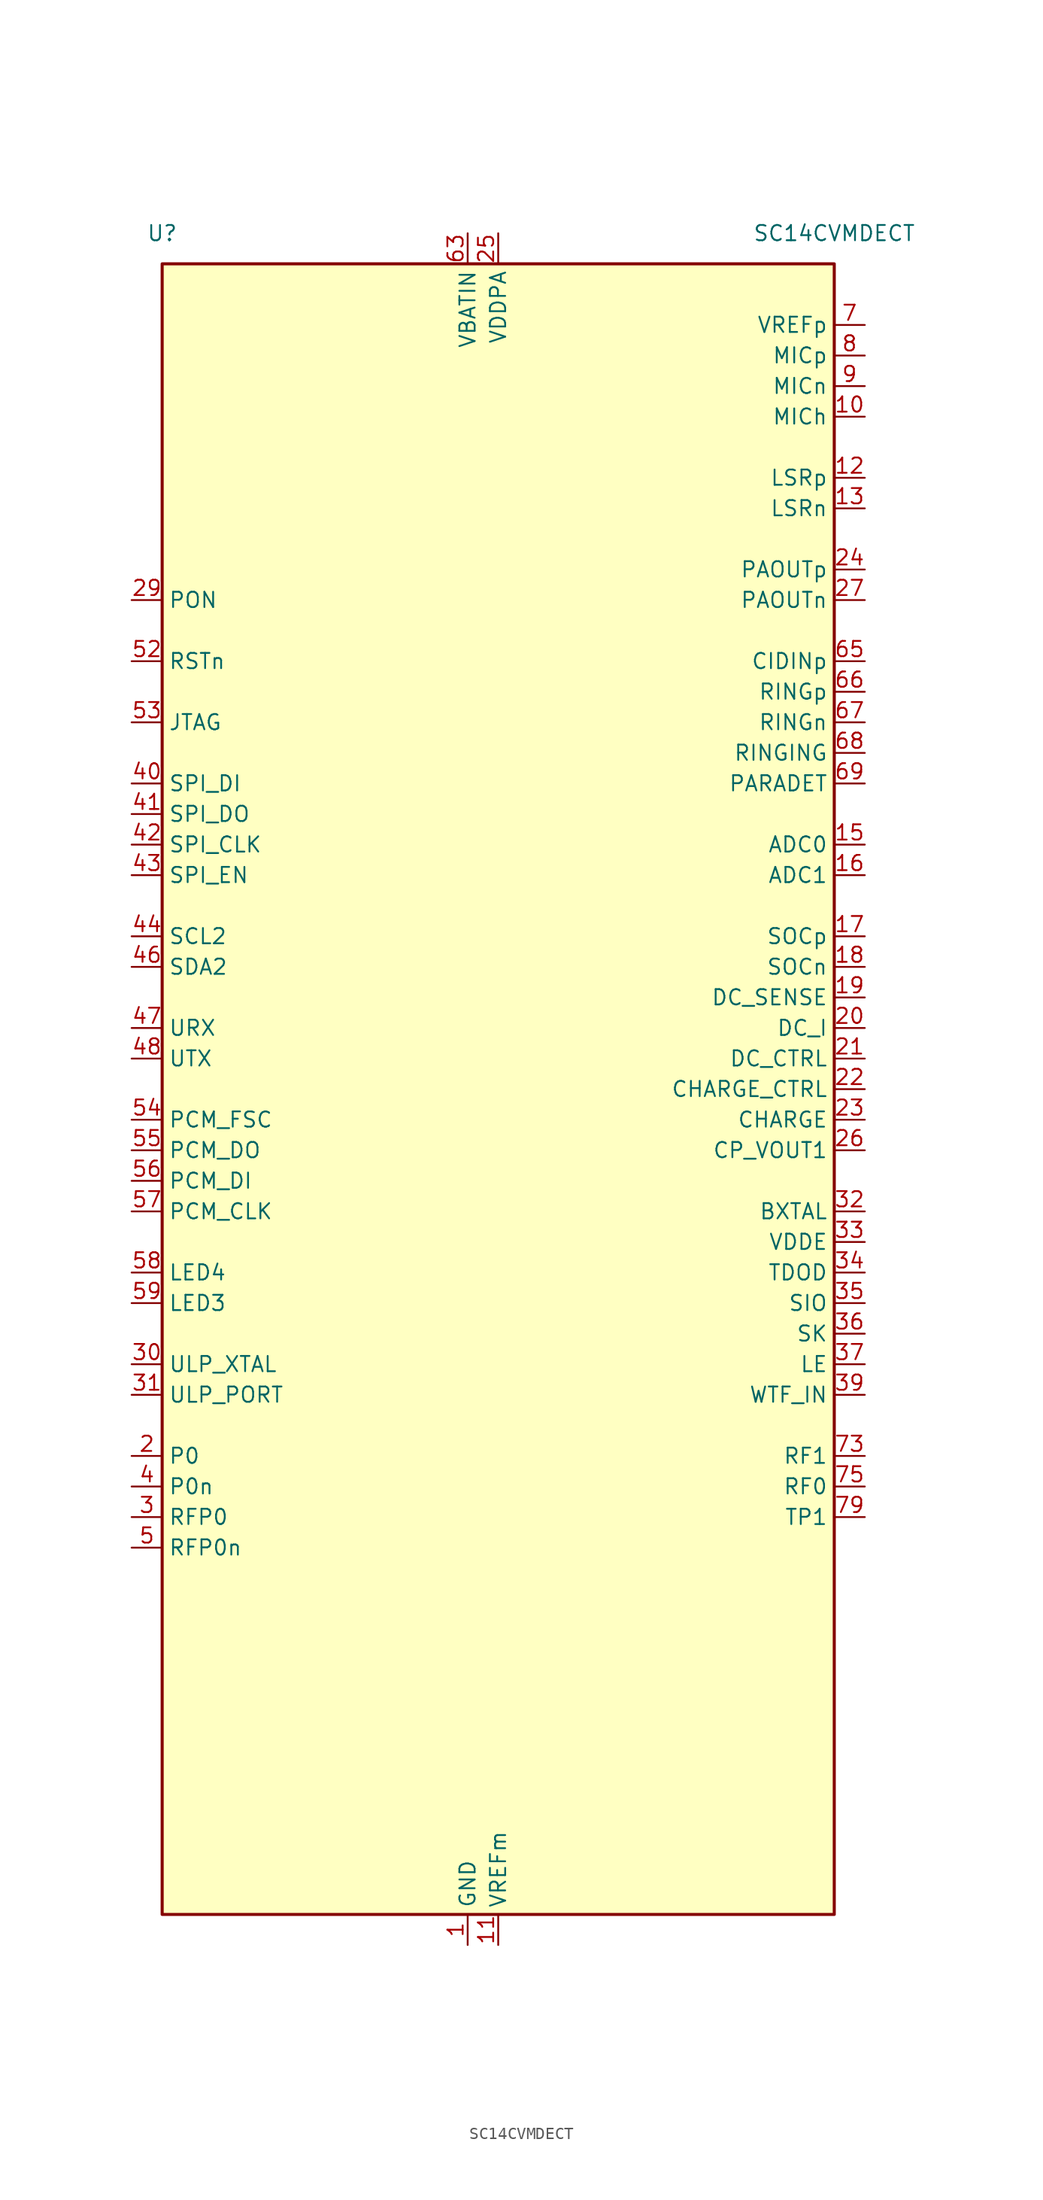
<source format=kicad_sym>
(kicad_symbol_lib
  (version 20231120)
  (generator "kicad-library-utils")
  (generator_version "8.0")
  (symbol "SC14CVMDECT"
    (property "Reference" "U"
      (at -27.94 71.12 0)
      (effects (font (size 1.27 1.27))))
    (property "Value" "SC14CVMDECT"
      (at 27.94 71.12 0)
      (effects (font (size 1.27 1.27))))
    (symbol "SC14CVMDECT_0_0"
      (rectangle (start 27.94 68.58) (end -27.94 -68.58) (stroke (width 0.254) (type default)) (fill (type background)))
      (pin power_in line (at -2.54 -71.12 90) (length 2.54) (name "GND" (effects (font (size 1.27 1.27)))) (number "1" (effects (font (size 1.27 1.27)))))
      (pin input line (at 30.48 55.88 180) (length 2.54) (name "MICh" (effects (font (size 1.27 1.27)))) (number "10" (effects (font (size 1.27 1.27)))) (alternate "LINEIN" input line))
      (pin power_out line (at 0 -71.12 90) (length 2.54) (name "VREFm" (effects (font (size 1.27 1.27)))) (number "11" (effects (font (size 1.27 1.27)))))
      (pin output line (at 30.48 50.8 180) (length 2.54) (name "LSRp" (effects (font (size 1.27 1.27)))) (number "12" (effects (font (size 1.27 1.27)))) (alternate "LINEOUT" output line) (alternate "AGND" output line))
      (pin output line (at 30.48 48.26 180) (length 2.54) (name "LSRn" (effects (font (size 1.27 1.27)))) (number "13" (effects (font (size 1.27 1.27)))) (alternate "LINEOUT" output line) (alternate "AGND" output line))
      (pin passive line (at -2.54 -71.12 90) (length 2.54) hide (name "GND" (effects (font (size 1.27 1.27)))) (number "14" (effects (font (size 1.27 1.27)))))
      (pin bidirectional line (at 30.48 20.32 180) (length 2.54) (name "ADC0" (effects (font (size 1.27 1.27)))) (number "15" (effects (font (size 1.27 1.27)))) (alternate "P3[3]" bidirectional line))
      (pin bidirectional line (at 30.48 17.78 180) (length 2.54) (name "ADC1" (effects (font (size 1.27 1.27)))) (number "16" (effects (font (size 1.27 1.27)))) (alternate "INT0" bidirectional line) (alternate "P1[0]" bidirectional line))
      (pin input line (at 30.48 12.7 180) (length 2.54) (name "SOCp" (effects (font (size 1.27 1.27)))) (number "17" (effects (font (size 1.27 1.27)))))
      (pin input line (at 30.48 10.16 180) (length 2.54) (name "SOCn" (effects (font (size 1.27 1.27)))) (number "18" (effects (font (size 1.27 1.27)))))
      (pin input line (at 30.48 7.62 180) (length 2.54) (name "DC_SENSE" (effects (font (size 1.27 1.27)))) (number "19" (effects (font (size 1.27 1.27)))))
      (pin output line (at -30.48 -30.48 0) (length 2.54) (name "P0" (effects (font (size 1.27 1.27)))) (number "2" (effects (font (size 1.27 1.27)))))
      (pin input line (at 30.48 5.08 180) (length 2.54) (name "DC_I" (effects (font (size 1.27 1.27)))) (number "20" (effects (font (size 1.27 1.27)))))
      (pin output line (at 30.48 2.54 180) (length 2.54) (name "DC_CTRL" (effects (font (size 1.27 1.27)))) (number "21" (effects (font (size 1.27 1.27)))))
      (pin output line (at 30.48 0 180) (length 2.54) (name "CHARGE_CTRL" (effects (font (size 1.27 1.27)))) (number "22" (effects (font (size 1.27 1.27)))))
      (pin input line (at 30.48 -2.54 180) (length 2.54) (name "CHARGE" (effects (font (size 1.27 1.27)))) (number "23" (effects (font (size 1.27 1.27)))) (alternate "P1[7]" input line))
      (pin bidirectional line (at 30.48 43.18 180) (length 2.54) (name "PAOUTp" (effects (font (size 1.27 1.27)))) (number "24" (effects (font (size 1.27 1.27)))) (alternate "DP1" bidirectional line) (alternate "P3[1]" bidirectional line))
      (pin power_in line (at 0 71.12 270) (length 2.54) (name "VDDPA" (effects (font (size 1.27 1.27)))) (number "25" (effects (font (size 1.27 1.27)))))
      (pin output line (at 30.48 -5.08 180) (length 2.54) (name "CP_VOUT1" (effects (font (size 1.27 1.27)))) (number "26" (effects (font (size 1.27 1.27)))))
      (pin bidirectional line (at 30.48 40.64 180) (length 2.54) (name "PAOUTn" (effects (font (size 1.27 1.27)))) (number "27" (effects (font (size 1.27 1.27)))) (alternate "DP0" bidirectional line) (alternate "P3[0]" bidirectional line))
      (pin passive line (at -2.54 -71.12 90) (length 2.54) hide (name "GND" (effects (font (size 1.27 1.27)))) (number "28" (effects (font (size 1.27 1.27)))))
      (pin input line (at -30.48 40.64 0) (length 2.54) (name "PON" (effects (font (size 1.27 1.27)))) (number "29" (effects (font (size 1.27 1.27)))) (alternate "P1[6]" input line))
      (pin output line (at -30.48 -35.56 0) (length 2.54) (name "RFP0" (effects (font (size 1.27 1.27)))) (number "3" (effects (font (size 1.27 1.27)))))
      (pin input line (at -30.48 -22.86 0) (length 2.54) (name "ULP_XTAL" (effects (font (size 1.27 1.27)))) (number "30" (effects (font (size 1.27 1.27)))))
      (pin input line (at -30.48 -25.4 0) (length 2.54) (name "ULP_PORT" (effects (font (size 1.27 1.27)))) (number "31" (effects (font (size 1.27 1.27)))))
      (pin bidirectional line (at 30.48 -10.16 180) (length 2.54) (name "BXTAL" (effects (font (size 1.27 1.27)))) (number "32" (effects (font (size 1.27 1.27)))) (alternate "INT7" bidirectional line) (alternate "P2[7]" bidirectional line))
      (pin bidirectional line (at 30.48 -12.7 180) (length 2.54) (name "VDDE" (effects (font (size 1.27 1.27)))) (number "33" (effects (font (size 1.27 1.27)))) (alternate "RDI" bidirectional line) (alternate "INT5" bidirectional line) (alternate "P1[5]" bidirectional line))
      (pin bidirectional line (at 30.48 -15.24 180) (length 2.54) (name "TDOD" (effects (font (size 1.27 1.27)))) (number "34" (effects (font (size 1.27 1.27)))) (alternate "INT4" bidirectional line) (alternate "P1[4]" bidirectional line))
      (pin bidirectional line (at 30.48 -17.78 180) (length 2.54) (name "SIO" (effects (font (size 1.27 1.27)))) (number "35" (effects (font (size 1.27 1.27)))) (alternate "INT3" bidirectional line) (alternate "P1[3]" bidirectional line))
      (pin bidirectional line (at 30.48 -20.32 180) (length 2.54) (name "SK" (effects (font (size 1.27 1.27)))) (number "36" (effects (font (size 1.27 1.27)))) (alternate "INT2" bidirectional line) (alternate "P1[2]" bidirectional line))
      (pin bidirectional line (at 30.48 -22.86 180) (length 2.54) (name "LE" (effects (font (size 1.27 1.27)))) (number "37" (effects (font (size 1.27 1.27)))) (alternate "INT1" bidirectional line) (alternate "P1[1]" bidirectional line))
      (pin passive line (at -2.54 -71.12 90) (length 2.54) hide (name "GND" (effects (font (size 1.27 1.27)))) (number "38" (effects (font (size 1.27 1.27)))))
      (pin bidirectional line (at 30.48 -25.4 180) (length 2.54) (name "WTF_IN" (effects (font (size 1.27 1.27)))) (number "39" (effects (font (size 1.27 1.27)))) (alternate "P2[6]" bidirectional line))
      (pin output line (at -30.48 -33.02 0) (length 2.54) (name "P0n" (effects (font (size 1.27 1.27)))) (number "4" (effects (font (size 1.27 1.27)))))
      (pin bidirectional line (at -30.48 25.4 0) (length 2.54) (name "SPI_DI" (effects (font (size 1.27 1.27)))) (number "40" (effects (font (size 1.27 1.27)))) (alternate "PWM1" bidirectional line) (alternate "P0[7]" bidirectional line))
      (pin bidirectional line (at -30.48 22.86 0) (length 2.54) (name "SPI_DO" (effects (font (size 1.27 1.27)))) (number "41" (effects (font (size 1.27 1.27)))) (alternate "P0[6]" bidirectional line))
      (pin bidirectional line (at -30.48 20.32 0) (length 2.54) (name "SPI_CLK" (effects (font (size 1.27 1.27)))) (number "42" (effects (font (size 1.27 1.27)))) (alternate "P0[5]" bidirectional line))
      (pin bidirectional line (at -30.48 17.78 0) (length 2.54) (name "SPI_EN" (effects (font (size 1.27 1.27)))) (number "43" (effects (font (size 1.27 1.27)))) (alternate "P0[4]" bidirectional line))
      (pin bidirectional line (at -30.48 12.7 0) (length 2.54) (name "SCL2" (effects (font (size 1.27 1.27)))) (number "44" (effects (font (size 1.27 1.27)))) (alternate "URX2" bidirectional line) (alternate "P0[3]" bidirectional line))
      (pin passive line (at -2.54 -71.12 90) (length 2.54) hide (name "GND" (effects (font (size 1.27 1.27)))) (number "45" (effects (font (size 1.27 1.27)))))
      (pin bidirectional line (at -30.48 10.16 0) (length 2.54) (name "SDA2" (effects (font (size 1.27 1.27)))) (number "46" (effects (font (size 1.27 1.27)))) (alternate "UTX2" bidirectional line) (alternate "P0[2]" bidirectional line))
      (pin bidirectional line (at -30.48 5.08 0) (length 2.54) (name "URX" (effects (font (size 1.27 1.27)))) (number "47" (effects (font (size 1.27 1.27)))) (alternate "PWM0" bidirectional line) (alternate "P0[1]" bidirectional line))
      (pin output line (at -30.48 2.54 0) (length 2.54) (name "UTX" (effects (font (size 1.27 1.27)))) (number "48" (effects (font (size 1.27 1.27)))) (alternate "P0[0]" output line))
      (pin passive line (at -2.54 -71.12 90) (length 2.54) hide (name "GND" (effects (font (size 1.27 1.27)))) (number "49" (effects (font (size 1.27 1.27)))))
      (pin output line (at -30.48 -38.1 0) (length 2.54) (name "RFP0n" (effects (font (size 1.27 1.27)))) (number "5" (effects (font (size 1.27 1.27)))))
      (pin passive line (at -2.54 -71.12 90) (length 2.54) hide (name "GND" (effects (font (size 1.27 1.27)))) (number "50" (effects (font (size 1.27 1.27)))))
      (pin passive line (at -2.54 -71.12 90) (length 2.54) hide (name "GND" (effects (font (size 1.27 1.27)))) (number "51" (effects (font (size 1.27 1.27)))))
      (pin input line (at -30.48 35.56 0) (length 2.54) (name "RSTn" (effects (font (size 1.27 1.27)))) (number "52" (effects (font (size 1.27 1.27)))))
      (pin bidirectional line (at -30.48 30.48 0) (length 2.54) (name "JTAG" (effects (font (size 1.27 1.27)))) (number "53" (effects (font (size 1.27 1.27)))))
      (pin bidirectional line (at -30.48 -2.54 0) (length 2.54) (name "PCM_FSC" (effects (font (size 1.27 1.27)))) (number "54" (effects (font (size 1.27 1.27)))) (alternate "SF" bidirectional line) (alternate "P2[5]" bidirectional line))
      (pin bidirectional line (at -30.48 -5.08 0) (length 2.54) (name "PCM_DO" (effects (font (size 1.27 1.27)))) (number "55" (effects (font (size 1.27 1.27)))) (alternate "SCL1" bidirectional line) (alternate "DP3" bidirectional line) (alternate "P2[4]" bidirectional line))
      (pin bidirectional line (at -30.48 -7.62 0) (length 2.54) (name "PCM_DI" (effects (font (size 1.27 1.27)))) (number "56" (effects (font (size 1.27 1.27)))) (alternate "SDA1" bidirectional line) (alternate "DP2" bidirectional line) (alternate "P2[3]" bidirectional line))
      (pin bidirectional line (at -30.48 -10.16 0) (length 2.54) (name "PCM_CLK" (effects (font (size 1.27 1.27)))) (number "57" (effects (font (size 1.27 1.27)))) (alternate "P2[2]" bidirectional line))
      (pin bidirectional line (at -30.48 -15.24 0) (length 2.54) (name "LED4" (effects (font (size 1.27 1.27)))) (number "58" (effects (font (size 1.27 1.27)))) (alternate "PM1" bidirectional line) (alternate "P2[1]" bidirectional line))
      (pin bidirectional line (at -30.48 -17.78 0) (length 2.54) (name "LED3" (effects (font (size 1.27 1.27)))) (number "59" (effects (font (size 1.27 1.27)))) (alternate "PM0" bidirectional line) (alternate "P2[0]" bidirectional line))
      (pin passive line (at -2.54 -71.12 90) (length 2.54) hide (name "GND" (effects (font (size 1.27 1.27)))) (number "6" (effects (font (size 1.27 1.27)))))
      (pin passive line (at -2.54 -71.12 90) (length 2.54) hide (name "GND" (effects (font (size 1.27 1.27)))) (number "60" (effects (font (size 1.27 1.27)))))
      (pin no_connect line (at 27.94 -40.64 180) (length 2.54) hide (name "VDDOUT" (effects (font (size 1.27 1.27)))) (number "61" (effects (font (size 1.27 1.27)))))
      (pin no_connect line (at 27.94 -43.18 180) (length 2.54) hide (name "VBATS" (effects (font (size 1.27 1.27)))) (number "62" (effects (font (size 1.27 1.27)))))
      (pin power_in line (at -2.54 71.12 270) (length 2.54) (name "VBATIN" (effects (font (size 1.27 1.27)))) (number "63" (effects (font (size 1.27 1.27)))))
      (pin passive line (at -2.54 71.12 270) (length 2.54) hide (name "VBATIN" (effects (font (size 1.27 1.27)))) (number "64" (effects (font (size 1.27 1.27)))))
      (pin bidirectional line (at 30.48 35.56 180) (length 2.54) (name "CIDINp" (effects (font (size 1.27 1.27)))) (number "65" (effects (font (size 1.27 1.27)))) (alternate "P3[2]" bidirectional line))
      (pin bidirectional line (at 30.48 33.02 180) (length 2.54) (name "RINGp" (effects (font (size 1.27 1.27)))) (number "66" (effects (font (size 1.27 1.27)))) (alternate "P3[7]" bidirectional line))
      (pin bidirectional line (at 30.48 30.48 180) (length 2.54) (name "RINGn" (effects (font (size 1.27 1.27)))) (number "67" (effects (font (size 1.27 1.27)))) (alternate "P3[6]" bidirectional line))
      (pin bidirectional line (at 30.48 27.94 180) (length 2.54) (name "RINGING" (effects (font (size 1.27 1.27)))) (number "68" (effects (font (size 1.27 1.27)))) (alternate "RINGOUT" bidirectional line) (alternate "P3[5]" bidirectional line))
      (pin bidirectional line (at 30.48 25.4 180) (length 2.54) (name "PARADET" (effects (font (size 1.27 1.27)))) (number "69" (effects (font (size 1.27 1.27)))) (alternate "P3[4]" bidirectional line))
      (pin power_out line (at 30.48 63.5 180) (length 2.54) (name "VREFp" (effects (font (size 1.27 1.27)))) (number "7" (effects (font (size 1.27 1.27)))))
      (pin passive line (at -2.54 -71.12 90) (length 2.54) hide (name "GND" (effects (font (size 1.27 1.27)))) (number "70" (effects (font (size 1.27 1.27)))))
      (pin passive line (at -2.54 -71.12 90) (length 2.54) hide (name "GND" (effects (font (size 1.27 1.27)))) (number "71" (effects (font (size 1.27 1.27)))))
      (pin passive line (at -2.54 -71.12 90) (length 2.54) hide (name "GND" (effects (font (size 1.27 1.27)))) (number "72" (effects (font (size 1.27 1.27)))))
      (pin input line (at 30.48 -30.48 180) (length 2.54) (name "RF1" (effects (font (size 1.27 1.27)))) (number "73" (effects (font (size 1.27 1.27)))))
      (pin passive line (at -2.54 -71.12 90) (length 2.54) hide (name "GND" (effects (font (size 1.27 1.27)))) (number "74" (effects (font (size 1.27 1.27)))))
      (pin input line (at 30.48 -33.02 180) (length 2.54) (name "RF0" (effects (font (size 1.27 1.27)))) (number "75" (effects (font (size 1.27 1.27)))))
      (pin passive line (at -2.54 -71.12 90) (length 2.54) hide (name "GND" (effects (font (size 1.27 1.27)))) (number "76" (effects (font (size 1.27 1.27)))))
      (pin passive line (at -2.54 -71.12 90) (length 2.54) hide (name "GND" (effects (font (size 1.27 1.27)))) (number "77" (effects (font (size 1.27 1.27)))))
      (pin passive line (at -2.54 -71.12 90) (length 2.54) hide (name "GND" (effects (font (size 1.27 1.27)))) (number "78" (effects (font (size 1.27 1.27)))))
      (pin input line (at 30.48 -35.56 180) (length 2.54) (name "TP1" (effects (font (size 1.27 1.27)))) (number "79" (effects (font (size 1.27 1.27)))))
      (pin input line (at 30.48 60.96 180) (length 2.54) (name "MICp" (effects (font (size 1.27 1.27)))) (number "8" (effects (font (size 1.27 1.27)))) (alternate "CIDINn" input line))
      (pin passive line (at -2.54 -71.12 90) (length 2.54) hide (name "GND" (effects (font (size 1.27 1.27)))) (number "80" (effects (font (size 1.27 1.27)))))
      (pin no_connect line (at 27.94 -45.72 180) (length 2.54) hide (name "TP2" (effects (font (size 1.27 1.27)))) (number "81" (effects (font (size 1.27 1.27)))))
      (pin no_connect line (at 27.94 -48.26 180) (length 2.54) hide (name "TP3" (effects (font (size 1.27 1.27)))) (number "82" (effects (font (size 1.27 1.27)))))
      (pin no_connect line (at 27.94 -50.8 180) (length 2.54) hide (name "TP4" (effects (font (size 1.27 1.27)))) (number "83" (effects (font (size 1.27 1.27)))))
      (pin no_connect line (at 27.94 -53.34 180) (length 2.54) hide (name "TP5" (effects (font (size 1.27 1.27)))) (number "84" (effects (font (size 1.27 1.27)))))
      (pin no_connect line (at 27.94 -55.88 180) (length 2.54) hide (name "TP6" (effects (font (size 1.27 1.27)))) (number "85" (effects (font (size 1.27 1.27)))))
      (pin no_connect line (at 27.94 -58.42 180) (length 2.54) hide (name "TP7" (effects (font (size 1.27 1.27)))) (number "86" (effects (font (size 1.27 1.27)))))
      (pin no_connect line (at 27.94 -60.96 180) (length 2.54) hide (name "TP8" (effects (font (size 1.27 1.27)))) (number "87" (effects (font (size 1.27 1.27)))))
      (pin no_connect line (at 27.94 -63.5 180) (length 2.54) hide (name "TP9" (effects (font (size 1.27 1.27)))) (number "88" (effects (font (size 1.27 1.27)))))
      (pin input line (at 30.48 58.42 180) (length 2.54) (name "MICn" (effects (font (size 1.27 1.27)))) (number "9" (effects (font (size 1.27 1.27)))) (alternate "CIDOUT" input line)))))
</source>
